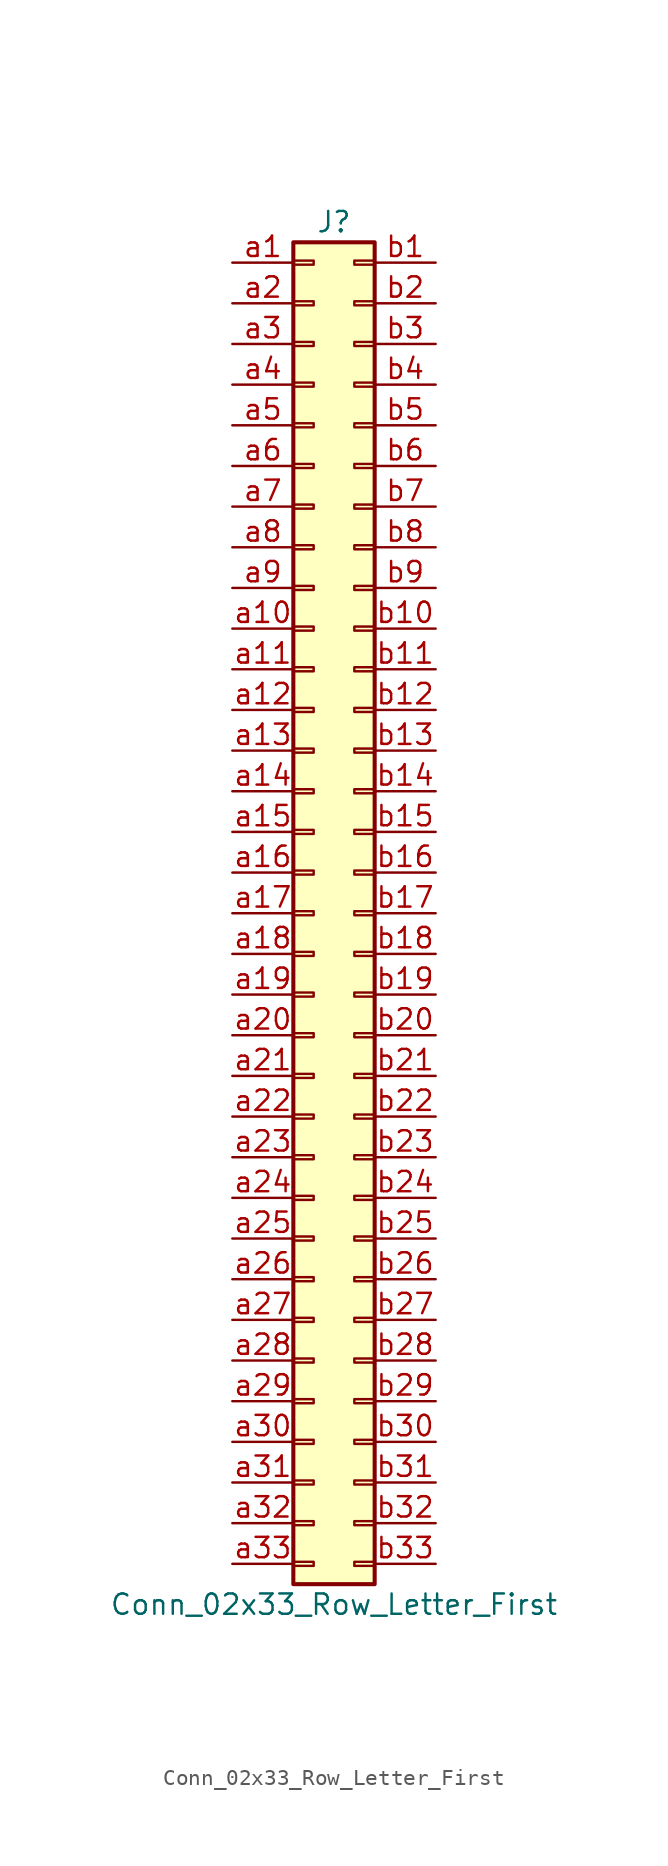
<source format=kicad_sym>
(kicad_symbol_lib
  (version 20220914)
  (generator kicad_symbol_editor)
  (symbol "Conn_02x33_Row_Letter_First"
    (pin_names
      (offset 1.016) hide)
    (property "Reference" "J"
      (at 1.27 43.18 0)
      (effects (font (size 1.27 1.27))))
    (property "Value" "Conn_02x33_Row_Letter_First"
      (at 1.27 -43.18 0)
      (effects (font (size 1.27 1.27))))
    (symbol "Conn_02x33_Row_Letter_First_1_1"
      (rectangle (start -1.27 -40.513) (end 0 -40.767) (stroke (width 0.152) (type default)) (fill (type none)))
      (rectangle (start -1.27 -37.973) (end 0 -38.227) (stroke (width 0.152) (type default)) (fill (type none)))
      (rectangle (start -1.27 -35.433) (end 0 -35.687) (stroke (width 0.152) (type default)) (fill (type none)))
      (rectangle (start -1.27 -32.893) (end 0 -33.147) (stroke (width 0.152) (type default)) (fill (type none)))
      (rectangle (start -1.27 -30.353) (end 0 -30.607) (stroke (width 0.152) (type default)) (fill (type none)))
      (rectangle (start -1.27 -27.813) (end 0 -28.067) (stroke (width 0.152) (type default)) (fill (type none)))
      (rectangle (start -1.27 -25.273) (end 0 -25.527) (stroke (width 0.152) (type default)) (fill (type none)))
      (rectangle (start -1.27 -22.733) (end 0 -22.987) (stroke (width 0.152) (type default)) (fill (type none)))
      (rectangle (start -1.27 -20.193) (end 0 -20.447) (stroke (width 0.152) (type default)) (fill (type none)))
      (rectangle (start -1.27 -17.653) (end 0 -17.907) (stroke (width 0.152) (type default)) (fill (type none)))
      (rectangle (start -1.27 -15.113) (end 0 -15.367) (stroke (width 0.152) (type default)) (fill (type none)))
      (rectangle (start -1.27 -12.573) (end 0 -12.827) (stroke (width 0.152) (type default)) (fill (type none)))
      (rectangle (start -1.27 -10.033) (end 0 -10.287) (stroke (width 0.152) (type default)) (fill (type none)))
      (rectangle (start -1.27 -7.493) (end 0 -7.747) (stroke (width 0.152) (type default)) (fill (type none)))
      (rectangle (start -1.27 -4.953) (end 0 -5.207) (stroke (width 0.152) (type default)) (fill (type none)))
      (rectangle (start -1.27 -2.413) (end 0 -2.667) (stroke (width 0.152) (type default)) (fill (type none)))
      (rectangle (start -1.27 0.127) (end 0 -0.127) (stroke (width 0.152) (type default)) (fill (type none)))
      (rectangle (start -1.27 2.667) (end 0 2.413) (stroke (width 0.152) (type default)) (fill (type none)))
      (rectangle (start -1.27 5.207) (end 0 4.953) (stroke (width 0.152) (type default)) (fill (type none)))
      (rectangle (start -1.27 7.747) (end 0 7.493) (stroke (width 0.152) (type default)) (fill (type none)))
      (rectangle (start -1.27 10.287) (end 0 10.033) (stroke (width 0.152) (type default)) (fill (type none)))
      (rectangle (start -1.27 12.827) (end 0 12.573) (stroke (width 0.152) (type default)) (fill (type none)))
      (rectangle (start -1.27 15.367) (end 0 15.113) (stroke (width 0.152) (type default)) (fill (type none)))
      (rectangle (start -1.27 17.907) (end 0 17.653) (stroke (width 0.152) (type default)) (fill (type none)))
      (rectangle (start -1.27 20.447) (end 0 20.193) (stroke (width 0.152) (type default)) (fill (type none)))
      (rectangle (start -1.27 22.987) (end 0 22.733) (stroke (width 0.152) (type default)) (fill (type none)))
      (rectangle (start -1.27 25.527) (end 0 25.273) (stroke (width 0.152) (type default)) (fill (type none)))
      (rectangle (start -1.27 28.067) (end 0 27.813) (stroke (width 0.152) (type default)) (fill (type none)))
      (rectangle (start -1.27 30.607) (end 0 30.353) (stroke (width 0.152) (type default)) (fill (type none)))
      (rectangle (start -1.27 33.147) (end 0 32.893) (stroke (width 0.152) (type default)) (fill (type none)))
      (rectangle (start -1.27 35.687) (end 0 35.433) (stroke (width 0.152) (type default)) (fill (type none)))
      (rectangle (start -1.27 38.227) (end 0 37.973) (stroke (width 0.152) (type default)) (fill (type none)))
      (rectangle (start -1.27 40.767) (end 0 40.513) (stroke (width 0.152) (type default)) (fill (type none)))
      (rectangle (start -1.27 41.91) (end 3.81 -41.91) (stroke (width 0.254) (type default)) (fill (type background)))
      (rectangle (start 3.81 -40.513) (end 2.54 -40.767) (stroke (width 0.152) (type default)) (fill (type none)))
      (rectangle (start 3.81 -37.973) (end 2.54 -38.227) (stroke (width 0.152) (type default)) (fill (type none)))
      (rectangle (start 3.81 -35.433) (end 2.54 -35.687) (stroke (width 0.152) (type default)) (fill (type none)))
      (rectangle (start 3.81 -32.893) (end 2.54 -33.147) (stroke (width 0.152) (type default)) (fill (type none)))
      (rectangle (start 3.81 -30.353) (end 2.54 -30.607) (stroke (width 0.152) (type default)) (fill (type none)))
      (rectangle (start 3.81 -27.813) (end 2.54 -28.067) (stroke (width 0.152) (type default)) (fill (type none)))
      (rectangle (start 3.81 -25.273) (end 2.54 -25.527) (stroke (width 0.152) (type default)) (fill (type none)))
      (rectangle (start 3.81 -22.733) (end 2.54 -22.987) (stroke (width 0.152) (type default)) (fill (type none)))
      (rectangle (start 3.81 -20.193) (end 2.54 -20.447) (stroke (width 0.152) (type default)) (fill (type none)))
      (rectangle (start 3.81 -17.653) (end 2.54 -17.907) (stroke (width 0.152) (type default)) (fill (type none)))
      (rectangle (start 3.81 -15.113) (end 2.54 -15.367) (stroke (width 0.152) (type default)) (fill (type none)))
      (rectangle (start 3.81 -12.573) (end 2.54 -12.827) (stroke (width 0.152) (type default)) (fill (type none)))
      (rectangle (start 3.81 -10.033) (end 2.54 -10.287) (stroke (width 0.152) (type default)) (fill (type none)))
      (rectangle (start 3.81 -7.493) (end 2.54 -7.747) (stroke (width 0.152) (type default)) (fill (type none)))
      (rectangle (start 3.81 -4.953) (end 2.54 -5.207) (stroke (width 0.152) (type default)) (fill (type none)))
      (rectangle (start 3.81 -2.413) (end 2.54 -2.667) (stroke (width 0.152) (type default)) (fill (type none)))
      (rectangle (start 3.81 0.127) (end 2.54 -0.127) (stroke (width 0.152) (type default)) (fill (type none)))
      (rectangle (start 3.81 2.667) (end 2.54 2.413) (stroke (width 0.152) (type default)) (fill (type none)))
      (rectangle (start 3.81 5.207) (end 2.54 4.953) (stroke (width 0.152) (type default)) (fill (type none)))
      (rectangle (start 3.81 7.747) (end 2.54 7.493) (stroke (width 0.152) (type default)) (fill (type none)))
      (rectangle (start 3.81 10.287) (end 2.54 10.033) (stroke (width 0.152) (type default)) (fill (type none)))
      (rectangle (start 3.81 12.827) (end 2.54 12.573) (stroke (width 0.152) (type default)) (fill (type none)))
      (rectangle (start 3.81 15.367) (end 2.54 15.113) (stroke (width 0.152) (type default)) (fill (type none)))
      (rectangle (start 3.81 17.907) (end 2.54 17.653) (stroke (width 0.152) (type default)) (fill (type none)))
      (rectangle (start 3.81 20.447) (end 2.54 20.193) (stroke (width 0.152) (type default)) (fill (type none)))
      (rectangle (start 3.81 22.987) (end 2.54 22.733) (stroke (width 0.152) (type default)) (fill (type none)))
      (rectangle (start 3.81 25.527) (end 2.54 25.273) (stroke (width 0.152) (type default)) (fill (type none)))
      (rectangle (start 3.81 28.067) (end 2.54 27.813) (stroke (width 0.152) (type default)) (fill (type none)))
      (rectangle (start 3.81 30.607) (end 2.54 30.353) (stroke (width 0.152) (type default)) (fill (type none)))
      (rectangle (start 3.81 33.147) (end 2.54 32.893) (stroke (width 0.152) (type default)) (fill (type none)))
      (rectangle (start 3.81 35.687) (end 2.54 35.433) (stroke (width 0.152) (type default)) (fill (type none)))
      (rectangle (start 3.81 38.227) (end 2.54 37.973) (stroke (width 0.152) (type default)) (fill (type none)))
      (rectangle (start 3.81 40.767) (end 2.54 40.513) (stroke (width 0.152) (type default)) (fill (type none)))
      (pin passive line (at -5.08 40.64 0) (length 3.81) (name "Pin_a1" (effects (font (size 1.27 1.27)))) (number "a1" (effects (font (size 1.27 1.27)))))
      (pin passive line (at -5.08 17.78 0) (length 3.81) (name "Pin_a10" (effects (font (size 1.27 1.27)))) (number "a10" (effects (font (size 1.27 1.27)))))
      (pin passive line (at -5.08 15.24 0) (length 3.81) (name "Pin_a11" (effects (font (size 1.27 1.27)))) (number "a11" (effects (font (size 1.27 1.27)))))
      (pin passive line (at -5.08 12.7 0) (length 3.81) (name "Pin_a12" (effects (font (size 1.27 1.27)))) (number "a12" (effects (font (size 1.27 1.27)))))
      (pin passive line (at -5.08 10.16 0) (length 3.81) (name "Pin_a13" (effects (font (size 1.27 1.27)))) (number "a13" (effects (font (size 1.27 1.27)))))
      (pin passive line (at -5.08 7.62 0) (length 3.81) (name "Pin_a14" (effects (font (size 1.27 1.27)))) (number "a14" (effects (font (size 1.27 1.27)))))
      (pin passive line (at -5.08 5.08 0) (length 3.81) (name "Pin_a15" (effects (font (size 1.27 1.27)))) (number "a15" (effects (font (size 1.27 1.27)))))
      (pin passive line (at -5.08 2.54 0) (length 3.81) (name "Pin_a16" (effects (font (size 1.27 1.27)))) (number "a16" (effects (font (size 1.27 1.27)))))
      (pin passive line (at -5.08 0 0) (length 3.81) (name "Pin_a17" (effects (font (size 1.27 1.27)))) (number "a17" (effects (font (size 1.27 1.27)))))
      (pin passive line (at -5.08 -2.54 0) (length 3.81) (name "Pin_a18" (effects (font (size 1.27 1.27)))) (number "a18" (effects (font (size 1.27 1.27)))))
      (pin passive line (at -5.08 -5.08 0) (length 3.81) (name "Pin_a19" (effects (font (size 1.27 1.27)))) (number "a19" (effects (font (size 1.27 1.27)))))
      (pin passive line (at -5.08 38.1 0) (length 3.81) (name "Pin_a2" (effects (font (size 1.27 1.27)))) (number "a2" (effects (font (size 1.27 1.27)))))
      (pin passive line (at -5.08 -7.62 0) (length 3.81) (name "Pin_a20" (effects (font (size 1.27 1.27)))) (number "a20" (effects (font (size 1.27 1.27)))))
      (pin passive line (at -5.08 -10.16 0) (length 3.81) (name "Pin_a21" (effects (font (size 1.27 1.27)))) (number "a21" (effects (font (size 1.27 1.27)))))
      (pin passive line (at -5.08 -12.7 0) (length 3.81) (name "Pin_a22" (effects (font (size 1.27 1.27)))) (number "a22" (effects (font (size 1.27 1.27)))))
      (pin passive line (at -5.08 -15.24 0) (length 3.81) (name "Pin_a23" (effects (font (size 1.27 1.27)))) (number "a23" (effects (font (size 1.27 1.27)))))
      (pin passive line (at -5.08 -17.78 0) (length 3.81) (name "Pin_a24" (effects (font (size 1.27 1.27)))) (number "a24" (effects (font (size 1.27 1.27)))))
      (pin passive line (at -5.08 -20.32 0) (length 3.81) (name "Pin_a25" (effects (font (size 1.27 1.27)))) (number "a25" (effects (font (size 1.27 1.27)))))
      (pin passive line (at -5.08 -22.86 0) (length 3.81) (name "Pin_a26" (effects (font (size 1.27 1.27)))) (number "a26" (effects (font (size 1.27 1.27)))))
      (pin passive line (at -5.08 -25.4 0) (length 3.81) (name "Pin_a27" (effects (font (size 1.27 1.27)))) (number "a27" (effects (font (size 1.27 1.27)))))
      (pin passive line (at -5.08 -27.94 0) (length 3.81) (name "Pin_a28" (effects (font (size 1.27 1.27)))) (number "a28" (effects (font (size 1.27 1.27)))))
      (pin passive line (at -5.08 -30.48 0) (length 3.81) (name "Pin_a29" (effects (font (size 1.27 1.27)))) (number "a29" (effects (font (size 1.27 1.27)))))
      (pin passive line (at -5.08 35.56 0) (length 3.81) (name "Pin_a3" (effects (font (size 1.27 1.27)))) (number "a3" (effects (font (size 1.27 1.27)))))
      (pin passive line (at -5.08 -33.02 0) (length 3.81) (name "Pin_a30" (effects (font (size 1.27 1.27)))) (number "a30" (effects (font (size 1.27 1.27)))))
      (pin passive line (at -5.08 -35.56 0) (length 3.81) (name "Pin_a31" (effects (font (size 1.27 1.27)))) (number "a31" (effects (font (size 1.27 1.27)))))
      (pin passive line (at -5.08 -38.1 0) (length 3.81) (name "Pin_a32" (effects (font (size 1.27 1.27)))) (number "a32" (effects (font (size 1.27 1.27)))))
      (pin passive line (at -5.08 -40.64 0) (length 3.81) (name "Pin_a33" (effects (font (size 1.27 1.27)))) (number "a33" (effects (font (size 1.27 1.27)))))
      (pin passive line (at -5.08 33.02 0) (length 3.81) (name "Pin_a4" (effects (font (size 1.27 1.27)))) (number "a4" (effects (font (size 1.27 1.27)))))
      (pin passive line (at -5.08 30.48 0) (length 3.81) (name "Pin_a5" (effects (font (size 1.27 1.27)))) (number "a5" (effects (font (size 1.27 1.27)))))
      (pin passive line (at -5.08 27.94 0) (length 3.81) (name "Pin_a6" (effects (font (size 1.27 1.27)))) (number "a6" (effects (font (size 1.27 1.27)))))
      (pin passive line (at -5.08 25.4 0) (length 3.81) (name "Pin_a7" (effects (font (size 1.27 1.27)))) (number "a7" (effects (font (size 1.27 1.27)))))
      (pin passive line (at -5.08 22.86 0) (length 3.81) (name "Pin_a8" (effects (font (size 1.27 1.27)))) (number "a8" (effects (font (size 1.27 1.27)))))
      (pin passive line (at -5.08 20.32 0) (length 3.81) (name "Pin_a9" (effects (font (size 1.27 1.27)))) (number "a9" (effects (font (size 1.27 1.27)))))
      (pin passive line (at 7.62 40.64 180) (length 3.81) (name "Pin_b1" (effects (font (size 1.27 1.27)))) (number "b1" (effects (font (size 1.27 1.27)))))
      (pin passive line (at 7.62 17.78 180) (length 3.81) (name "Pin_b10" (effects (font (size 1.27 1.27)))) (number "b10" (effects (font (size 1.27 1.27)))))
      (pin passive line (at 7.62 15.24 180) (length 3.81) (name "Pin_b11" (effects (font (size 1.27 1.27)))) (number "b11" (effects (font (size 1.27 1.27)))))
      (pin passive line (at 7.62 12.7 180) (length 3.81) (name "Pin_b12" (effects (font (size 1.27 1.27)))) (number "b12" (effects (font (size 1.27 1.27)))))
      (pin passive line (at 7.62 10.16 180) (length 3.81) (name "Pin_b13" (effects (font (size 1.27 1.27)))) (number "b13" (effects (font (size 1.27 1.27)))))
      (pin passive line (at 7.62 7.62 180) (length 3.81) (name "Pin_b14" (effects (font (size 1.27 1.27)))) (number "b14" (effects (font (size 1.27 1.27)))))
      (pin passive line (at 7.62 5.08 180) (length 3.81) (name "Pin_b15" (effects (font (size 1.27 1.27)))) (number "b15" (effects (font (size 1.27 1.27)))))
      (pin passive line (at 7.62 2.54 180) (length 3.81) (name "Pin_b16" (effects (font (size 1.27 1.27)))) (number "b16" (effects (font (size 1.27 1.27)))))
      (pin passive line (at 7.62 0 180) (length 3.81) (name "Pin_b17" (effects (font (size 1.27 1.27)))) (number "b17" (effects (font (size 1.27 1.27)))))
      (pin passive line (at 7.62 -2.54 180) (length 3.81) (name "Pin_b18" (effects (font (size 1.27 1.27)))) (number "b18" (effects (font (size 1.27 1.27)))))
      (pin passive line (at 7.62 -5.08 180) (length 3.81) (name "Pin_b19" (effects (font (size 1.27 1.27)))) (number "b19" (effects (font (size 1.27 1.27)))))
      (pin passive line (at 7.62 38.1 180) (length 3.81) (name "Pin_b2" (effects (font (size 1.27 1.27)))) (number "b2" (effects (font (size 1.27 1.27)))))
      (pin passive line (at 7.62 -7.62 180) (length 3.81) (name "Pin_b20" (effects (font (size 1.27 1.27)))) (number "b20" (effects (font (size 1.27 1.27)))))
      (pin passive line (at 7.62 -10.16 180) (length 3.81) (name "Pin_b21" (effects (font (size 1.27 1.27)))) (number "b21" (effects (font (size 1.27 1.27)))))
      (pin passive line (at 7.62 -12.7 180) (length 3.81) (name "Pin_b22" (effects (font (size 1.27 1.27)))) (number "b22" (effects (font (size 1.27 1.27)))))
      (pin passive line (at 7.62 -15.24 180) (length 3.81) (name "Pin_b23" (effects (font (size 1.27 1.27)))) (number "b23" (effects (font (size 1.27 1.27)))))
      (pin passive line (at 7.62 -17.78 180) (length 3.81) (name "Pin_b24" (effects (font (size 1.27 1.27)))) (number "b24" (effects (font (size 1.27 1.27)))))
      (pin passive line (at 7.62 -20.32 180) (length 3.81) (name "Pin_b25" (effects (font (size 1.27 1.27)))) (number "b25" (effects (font (size 1.27 1.27)))))
      (pin passive line (at 7.62 -22.86 180) (length 3.81) (name "Pin_b26" (effects (font (size 1.27 1.27)))) (number "b26" (effects (font (size 1.27 1.27)))))
      (pin passive line (at 7.62 -25.4 180) (length 3.81) (name "Pin_b27" (effects (font (size 1.27 1.27)))) (number "b27" (effects (font (size 1.27 1.27)))))
      (pin passive line (at 7.62 -27.94 180) (length 3.81) (name "Pin_b28" (effects (font (size 1.27 1.27)))) (number "b28" (effects (font (size 1.27 1.27)))))
      (pin passive line (at 7.62 -30.48 180) (length 3.81) (name "Pin_b29" (effects (font (size 1.27 1.27)))) (number "b29" (effects (font (size 1.27 1.27)))))
      (pin passive line (at 7.62 35.56 180) (length 3.81) (name "Pin_b3" (effects (font (size 1.27 1.27)))) (number "b3" (effects (font (size 1.27 1.27)))))
      (pin passive line (at 7.62 -33.02 180) (length 3.81) (name "Pin_b30" (effects (font (size 1.27 1.27)))) (number "b30" (effects (font (size 1.27 1.27)))))
      (pin passive line (at 7.62 -35.56 180) (length 3.81) (name "Pin_b31" (effects (font (size 1.27 1.27)))) (number "b31" (effects (font (size 1.27 1.27)))))
      (pin passive line (at 7.62 -38.1 180) (length 3.81) (name "Pin_b32" (effects (font (size 1.27 1.27)))) (number "b32" (effects (font (size 1.27 1.27)))))
      (pin passive line (at 7.62 -40.64 180) (length 3.81) (name "Pin_b33" (effects (font (size 1.27 1.27)))) (number "b33" (effects (font (size 1.27 1.27)))))
      (pin passive line (at 7.62 33.02 180) (length 3.81) (name "Pin_b4" (effects (font (size 1.27 1.27)))) (number "b4" (effects (font (size 1.27 1.27)))))
      (pin passive line (at 7.62 30.48 180) (length 3.81) (name "Pin_b5" (effects (font (size 1.27 1.27)))) (number "b5" (effects (font (size 1.27 1.27)))))
      (pin passive line (at 7.62 27.94 180) (length 3.81) (name "Pin_b6" (effects (font (size 1.27 1.27)))) (number "b6" (effects (font (size 1.27 1.27)))))
      (pin passive line (at 7.62 25.4 180) (length 3.81) (name "Pin_b7" (effects (font (size 1.27 1.27)))) (number "b7" (effects (font (size 1.27 1.27)))))
      (pin passive line (at 7.62 22.86 180) (length 3.81) (name "Pin_b8" (effects (font (size 1.27 1.27)))) (number "b8" (effects (font (size 1.27 1.27)))))
      (pin passive line (at 7.62 20.32 180) (length 3.81) (name "Pin_b9" (effects (font (size 1.27 1.27)))) (number "b9" (effects (font (size 1.27 1.27))))))))
</source>
